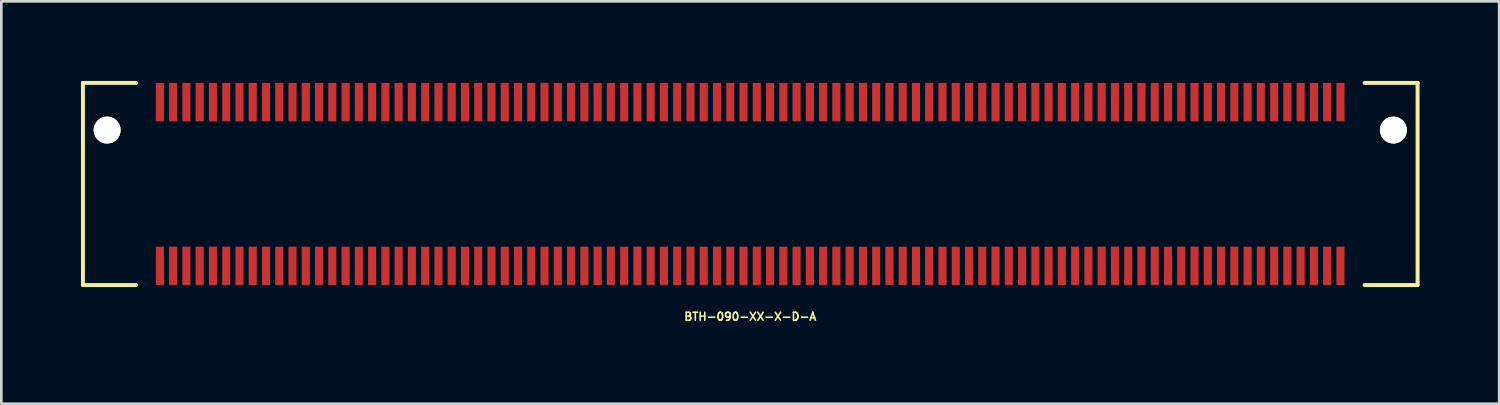
<source format=kicad_pcb>
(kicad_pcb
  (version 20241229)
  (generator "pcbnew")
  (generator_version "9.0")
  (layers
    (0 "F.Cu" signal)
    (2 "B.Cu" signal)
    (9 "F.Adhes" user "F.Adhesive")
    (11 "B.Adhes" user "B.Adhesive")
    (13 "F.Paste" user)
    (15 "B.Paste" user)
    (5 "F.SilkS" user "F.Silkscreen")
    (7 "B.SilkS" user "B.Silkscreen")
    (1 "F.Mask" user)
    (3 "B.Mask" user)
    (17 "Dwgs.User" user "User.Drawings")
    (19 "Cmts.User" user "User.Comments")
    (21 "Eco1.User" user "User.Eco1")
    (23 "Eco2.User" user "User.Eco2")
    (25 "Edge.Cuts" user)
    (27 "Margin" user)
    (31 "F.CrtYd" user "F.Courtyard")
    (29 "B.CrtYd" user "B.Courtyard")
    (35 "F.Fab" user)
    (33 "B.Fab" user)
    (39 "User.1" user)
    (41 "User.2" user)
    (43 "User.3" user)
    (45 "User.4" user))
  (footprint "BTH-090-XX-X-D-A"
    (layer "F.Cu")
    (at 25.23 3.885)
    (property "Reference" "BTH-090-XX-X-D-A" (at 0 5 0) (layer "F.SilkS") (effects (font (size 0.3 0.3) (thickness 0.061))))
    (attr smd)
    (fp_line (start -25.154 -3.81) (end -25.154 3.81) (stroke (width 0.15) (type solid)) (layer "F.SilkS"))
    (fp_line (start -25.154 3.81) (end -23.154 3.81) (stroke (width 0.15) (type solid)) (layer "F.SilkS"))
    (fp_line (start -23.154 -3.81) (end -25.154 -3.81) (stroke (width 0.15) (type solid)) (layer "F.SilkS"))
    (fp_line (start 23.154 -3.81) (end 25.154 -3.81) (stroke (width 0.15) (type solid)) (layer "F.SilkS"))
    (fp_line (start 25.154 -3.81) (end 25.154 3.81) (stroke (width 0.15) (type solid)) (layer "F.SilkS"))
    (fp_line (start 25.154 3.81) (end 23.154 3.81) (stroke (width 0.15) (type solid)) (layer "F.SilkS"))
    (pad "" np_thru_hole circle (at -24.242 -2.032) (size 1.016 1.016) (drill 1.016) (layers "*.Cu" "*.Mask" "F.SilkS"))
    (pad "" np_thru_hole circle (at 24.242 -2.032) (size 1.016 1.016) (drill 1.016) (layers "*.Cu" "*.Mask" "F.SilkS"))
    (pad "1" smd rect (at -22.254 -3.086) (size 0.305 1.448) (layers "F.Cu" "F.Mask" "F.Paste"))
    (pad "2" smd rect (at -22.254 3.086) (size 0.305 1.448) (layers "F.Cu" "F.Mask" "F.Paste"))
    (pad "3" smd rect (at -21.754 -3.086) (size 0.305 1.448) (layers "F.Cu" "F.Mask" "F.Paste"))
    (pad "4" smd rect (at -21.754 3.086) (size 0.305 1.448) (layers "F.Cu" "F.Mask" "F.Paste"))
    (pad "5" smd rect (at -21.254 -3.086) (size 0.305 1.448) (layers "F.Cu" "F.Mask" "F.Paste"))
    (pad "6" smd rect (at -21.254 3.086) (size 0.305 1.448) (layers "F.Cu" "F.Mask" "F.Paste"))
    (pad "7" smd rect (at -20.754 -3.086) (size 0.305 1.448) (layers "F.Cu" "F.Mask" "F.Paste"))
    (pad "8" smd rect (at -20.754 3.086) (size 0.305 1.448) (layers "F.Cu" "F.Mask" "F.Paste"))
    (pad "9" smd rect (at -20.254 -3.086) (size 0.305 1.448) (layers "F.Cu" "F.Mask" "F.Paste"))
    (pad "10" smd rect (at -20.254 3.086) (size 0.305 1.448) (layers "F.Cu" "F.Mask" "F.Paste"))
    (pad "11" smd rect (at -19.754 -3.086) (size 0.305 1.448) (layers "F.Cu" "F.Mask" "F.Paste"))
    (pad "12" smd rect (at -19.754 3.086) (size 0.305 1.448) (layers "F.Cu" "F.Mask" "F.Paste"))
    (pad "13" smd rect (at -19.254 -3.086) (size 0.305 1.448) (layers "F.Cu" "F.Mask" "F.Paste"))
    (pad "14" smd rect (at -19.254 3.086) (size 0.305 1.448) (layers "F.Cu" "F.Mask" "F.Paste"))
    (pad "15" smd rect (at -18.754 -3.086) (size 0.305 1.448) (layers "F.Cu" "F.Mask" "F.Paste"))
    (pad "16" smd rect (at -18.754 3.086) (size 0.305 1.448) (layers "F.Cu" "F.Mask" "F.Paste"))
    (pad "17" smd rect (at -18.254 -3.086) (size 0.305 1.448) (layers "F.Cu" "F.Mask" "F.Paste"))
    (pad "18" smd rect (at -18.254 3.086) (size 0.305 1.448) (layers "F.Cu" "F.Mask" "F.Paste"))
    (pad "19" smd rect (at -17.754 -3.086) (size 0.305 1.448) (layers "F.Cu" "F.Mask" "F.Paste"))
    (pad "20" smd rect (at -17.754 3.086) (size 0.305 1.448) (layers "F.Cu" "F.Mask" "F.Paste"))
    (pad "21" smd rect (at -17.254 -3.086) (size 0.305 1.448) (layers "F.Cu" "F.Mask" "F.Paste"))
    (pad "22" smd rect (at -17.254 3.086) (size 0.305 1.448) (layers "F.Cu" "F.Mask" "F.Paste"))
    (pad "23" smd rect (at -16.754 -3.086) (size 0.305 1.448) (layers "F.Cu" "F.Mask" "F.Paste"))
    (pad "24" smd rect (at -16.754 3.086) (size 0.305 1.448) (layers "F.Cu" "F.Mask" "F.Paste"))
    (pad "25" smd rect (at -16.254 -3.086) (size 0.305 1.448) (layers "F.Cu" "F.Mask" "F.Paste"))
    (pad "26" smd rect (at -16.254 3.086) (size 0.305 1.448) (layers "F.Cu" "F.Mask" "F.Paste"))
    (pad "27" smd rect (at -15.754 -3.086) (size 0.305 1.448) (layers "F.Cu" "F.Mask" "F.Paste"))
    (pad "28" smd rect (at -15.754 3.086) (size 0.305 1.448) (layers "F.Cu" "F.Mask" "F.Paste"))
    (pad "29" smd rect (at -15.254 -3.086) (size 0.305 1.448) (layers "F.Cu" "F.Mask" "F.Paste"))
    (pad "30" smd rect (at -15.254 3.086) (size 0.305 1.448) (layers "F.Cu" "F.Mask" "F.Paste"))
    (pad "31" smd rect (at -14.754 -3.086) (size 0.305 1.448) (layers "F.Cu" "F.Mask" "F.Paste"))
    (pad "32" smd rect (at -14.754 3.086) (size 0.305 1.448) (layers "F.Cu" "F.Mask" "F.Paste"))
    (pad "33" smd rect (at -14.254 -3.086) (size 0.305 1.448) (layers "F.Cu" "F.Mask" "F.Paste"))
    (pad "34" smd rect (at -14.254 3.086) (size 0.305 1.448) (layers "F.Cu" "F.Mask" "F.Paste"))
    (pad "35" smd rect (at -13.754 -3.086) (size 0.305 1.448) (layers "F.Cu" "F.Mask" "F.Paste"))
    (pad "36" smd rect (at -13.754 3.086) (size 0.305 1.448) (layers "F.Cu" "F.Mask" "F.Paste"))
    (pad "37" smd rect (at -13.254 -3.086) (size 0.305 1.448) (layers "F.Cu" "F.Mask" "F.Paste"))
    (pad "38" smd rect (at -13.254 3.086) (size 0.305 1.448) (layers "F.Cu" "F.Mask" "F.Paste"))
    (pad "39" smd rect (at -12.754 -3.086) (size 0.305 1.448) (layers "F.Cu" "F.Mask" "F.Paste"))
    (pad "40" smd rect (at -12.754 3.086) (size 0.305 1.448) (layers "F.Cu" "F.Mask" "F.Paste"))
    (pad "41" smd rect (at -12.254 -3.086) (size 0.305 1.448) (layers "F.Cu" "F.Mask" "F.Paste"))
    (pad "42" smd rect (at -12.254 3.086) (size 0.305 1.448) (layers "F.Cu" "F.Mask" "F.Paste"))
    (pad "43" smd rect (at -11.754 -3.086) (size 0.305 1.448) (layers "F.Cu" "F.Mask" "F.Paste"))
    (pad "44" smd rect (at -11.754 3.086) (size 0.305 1.448) (layers "F.Cu" "F.Mask" "F.Paste"))
    (pad "45" smd rect (at -11.254 -3.086) (size 0.305 1.448) (layers "F.Cu" "F.Mask" "F.Paste"))
    (pad "46" smd rect (at -11.254 3.086) (size 0.305 1.448) (layers "F.Cu" "F.Mask" "F.Paste"))
    (pad "47" smd rect (at -10.754 -3.086) (size 0.305 1.448) (layers "F.Cu" "F.Mask" "F.Paste"))
    (pad "48" smd rect (at -10.754 3.086) (size 0.305 1.448) (layers "F.Cu" "F.Mask" "F.Paste"))
    (pad "49" smd rect (at -10.254 -3.086) (size 0.305 1.448) (layers "F.Cu" "F.Mask" "F.Paste"))
    (pad "50" smd rect (at -10.254 3.086) (size 0.305 1.448) (layers "F.Cu" "F.Mask" "F.Paste"))
    (pad "51" smd rect (at -9.754 -3.086) (size 0.305 1.448) (layers "F.Cu" "F.Mask" "F.Paste"))
    (pad "52" smd rect (at -9.754 3.086) (size 0.305 1.448) (layers "F.Cu" "F.Mask" "F.Paste"))
    (pad "53" smd rect (at -9.254 -3.086) (size 0.305 1.448) (layers "F.Cu" "F.Mask" "F.Paste"))
    (pad "54" smd rect (at -9.254 3.086) (size 0.305 1.448) (layers "F.Cu" "F.Mask" "F.Paste"))
    (pad "55" smd rect (at -8.754 -3.086) (size 0.305 1.448) (layers "F.Cu" "F.Mask" "F.Paste"))
    (pad "56" smd rect (at -8.754 3.086) (size 0.305 1.448) (layers "F.Cu" "F.Mask" "F.Paste"))
    (pad "57" smd rect (at -8.254 -3.086) (size 0.305 1.448) (layers "F.Cu" "F.Mask" "F.Paste"))
    (pad "58" smd rect (at -8.254 3.086) (size 0.305 1.448) (layers "F.Cu" "F.Mask" "F.Paste"))
    (pad "59" smd rect (at -7.754 -3.086) (size 0.305 1.448) (layers "F.Cu" "F.Mask" "F.Paste"))
    (pad "60" smd rect (at -7.754 3.086) (size 0.305 1.448) (layers "F.Cu" "F.Mask" "F.Paste"))
    (pad "61" smd rect (at -7.254 -3.086) (size 0.305 1.448) (layers "F.Cu" "F.Mask" "F.Paste"))
    (pad "62" smd rect (at -7.254 3.086) (size 0.305 1.448) (layers "F.Cu" "F.Mask" "F.Paste"))
    (pad "63" smd rect (at -6.754 -3.086) (size 0.305 1.448) (layers "F.Cu" "F.Mask" "F.Paste"))
    (pad "64" smd rect (at -6.754 3.086) (size 0.305 1.448) (layers "F.Cu" "F.Mask" "F.Paste"))
    (pad "65" smd rect (at -6.254 -3.086) (size 0.305 1.448) (layers "F.Cu" "F.Mask" "F.Paste"))
    (pad "66" smd rect (at -6.254 3.086) (size 0.305 1.448) (layers "F.Cu" "F.Mask" "F.Paste"))
    (pad "67" smd rect (at -5.754 -3.086) (size 0.305 1.448) (layers "F.Cu" "F.Mask" "F.Paste"))
    (pad "68" smd rect (at -5.754 3.086) (size 0.305 1.448) (layers "F.Cu" "F.Mask" "F.Paste"))
    (pad "69" smd rect (at -5.254 -3.086) (size 0.305 1.448) (layers "F.Cu" "F.Mask" "F.Paste"))
    (pad "70" smd rect (at -5.254 3.086) (size 0.305 1.448) (layers "F.Cu" "F.Mask" "F.Paste"))
    (pad "71" smd rect (at -4.754 -3.086) (size 0.305 1.448) (layers "F.Cu" "F.Mask" "F.Paste"))
    (pad "72" smd rect (at -4.754 3.086) (size 0.305 1.448) (layers "F.Cu" "F.Mask" "F.Paste"))
    (pad "73" smd rect (at -4.254 -3.086) (size 0.305 1.448) (layers "F.Cu" "F.Mask" "F.Paste"))
    (pad "74" smd rect (at -4.254 3.086) (size 0.305 1.448) (layers "F.Cu" "F.Mask" "F.Paste"))
    (pad "75" smd rect (at -3.754 -3.086) (size 0.305 1.448) (layers "F.Cu" "F.Mask" "F.Paste"))
    (pad "76" smd rect (at -3.754 3.086) (size 0.305 1.448) (layers "F.Cu" "F.Mask" "F.Paste"))
    (pad "77" smd rect (at -3.254 -3.086) (size 0.305 1.448) (layers "F.Cu" "F.Mask" "F.Paste"))
    (pad "78" smd rect (at -3.254 3.086) (size 0.305 1.448) (layers "F.Cu" "F.Mask" "F.Paste"))
    (pad "79" smd rect (at -2.754 -3.086) (size 0.305 1.448) (layers "F.Cu" "F.Mask" "F.Paste"))
    (pad "80" smd rect (at -2.754 3.086) (size 0.305 1.448) (layers "F.Cu" "F.Mask" "F.Paste"))
    (pad "81" smd rect (at -2.254 -3.086) (size 0.305 1.448) (layers "F.Cu" "F.Mask" "F.Paste"))
    (pad "82" smd rect (at -2.254 3.086) (size 0.305 1.448) (layers "F.Cu" "F.Mask" "F.Paste"))
    (pad "83" smd rect (at -1.754 -3.086) (size 0.305 1.448) (layers "F.Cu" "F.Mask" "F.Paste"))
    (pad "84" smd rect (at -1.754 3.086) (size 0.305 1.448) (layers "F.Cu" "F.Mask" "F.Paste"))
    (pad "85" smd rect (at -1.254 -3.086) (size 0.305 1.448) (layers "F.Cu" "F.Mask" "F.Paste"))
    (pad "86" smd rect (at -1.254 3.086) (size 0.305 1.448) (layers "F.Cu" "F.Mask" "F.Paste"))
    (pad "87" smd rect (at -0.754 -3.086) (size 0.305 1.448) (layers "F.Cu" "F.Mask" "F.Paste"))
    (pad "88" smd rect (at -0.754 3.086) (size 0.305 1.448) (layers "F.Cu" "F.Mask" "F.Paste"))
    (pad "89" smd rect (at -0.254 -3.086) (size 0.305 1.448) (layers "F.Cu" "F.Mask" "F.Paste"))
    (pad "90" smd rect (at -0.254 3.086) (size 0.305 1.448) (layers "F.Cu" "F.Mask" "F.Paste"))
    (pad "91" smd rect (at 0.246 -3.086) (size 0.305 1.448) (layers "F.Cu" "F.Mask" "F.Paste"))
    (pad "92" smd rect (at 0.246 3.086) (size 0.305 1.448) (layers "F.Cu" "F.Mask" "F.Paste"))
    (pad "93" smd rect (at 0.746 -3.086) (size 0.305 1.448) (layers "F.Cu" "F.Mask" "F.Paste"))
    (pad "94" smd rect (at 0.746 3.086) (size 0.305 1.448) (layers "F.Cu" "F.Mask" "F.Paste"))
    (pad "95" smd rect (at 1.246 -3.086) (size 0.305 1.448) (layers "F.Cu" "F.Mask" "F.Paste"))
    (pad "96" smd rect (at 1.246 3.086) (size 0.305 1.448) (layers "F.Cu" "F.Mask" "F.Paste"))
    (pad "97" smd rect (at 1.746 -3.086) (size 0.305 1.448) (layers "F.Cu" "F.Mask" "F.Paste"))
    (pad "98" smd rect (at 1.746 3.086) (size 0.305 1.448) (layers "F.Cu" "F.Mask" "F.Paste"))
    (pad "99" smd rect (at 2.246 -3.086) (size 0.305 1.448) (layers "F.Cu" "F.Mask" "F.Paste"))
    (pad "100" smd rect (at 2.246 3.086) (size 0.305 1.448) (layers "F.Cu" "F.Mask" "F.Paste"))
    (pad "101" smd rect (at 2.746 -3.086) (size 0.305 1.448) (layers "F.Cu" "F.Mask" "F.Paste"))
    (pad "102" smd rect (at 2.746 3.086) (size 0.305 1.448) (layers "F.Cu" "F.Mask" "F.Paste"))
    (pad "103" smd rect (at 3.246 -3.086) (size 0.305 1.448) (layers "F.Cu" "F.Mask" "F.Paste"))
    (pad "104" smd rect (at 3.246 3.086) (size 0.305 1.448) (layers "F.Cu" "F.Mask" "F.Paste"))
    (pad "105" smd rect (at 3.746 -3.086) (size 0.305 1.448) (layers "F.Cu" "F.Mask" "F.Paste"))
    (pad "106" smd rect (at 3.746 3.086) (size 0.305 1.448) (layers "F.Cu" "F.Mask" "F.Paste"))
    (pad "107" smd rect (at 4.246 -3.086) (size 0.305 1.448) (layers "F.Cu" "F.Mask" "F.Paste"))
    (pad "108" smd rect (at 4.246 3.086) (size 0.305 1.448) (layers "F.Cu" "F.Mask" "F.Paste"))
    (pad "109" smd rect (at 4.746 -3.086) (size 0.305 1.448) (layers "F.Cu" "F.Mask" "F.Paste"))
    (pad "110" smd rect (at 4.746 3.086) (size 0.305 1.448) (layers "F.Cu" "F.Mask" "F.Paste"))
    (pad "111" smd rect (at 5.246 -3.086) (size 0.305 1.448) (layers "F.Cu" "F.Mask" "F.Paste"))
    (pad "112" smd rect (at 5.246 3.086) (size 0.305 1.448) (layers "F.Cu" "F.Mask" "F.Paste"))
    (pad "113" smd rect (at 5.746 -3.086) (size 0.305 1.448) (layers "F.Cu" "F.Mask" "F.Paste"))
    (pad "114" smd rect (at 5.746 3.086) (size 0.305 1.448) (layers "F.Cu" "F.Mask" "F.Paste"))
    (pad "115" smd rect (at 6.246 -3.086) (size 0.305 1.448) (layers "F.Cu" "F.Mask" "F.Paste"))
    (pad "116" smd rect (at 6.246 3.086) (size 0.305 1.448) (layers "F.Cu" "F.Mask" "F.Paste"))
    (pad "117" smd rect (at 6.746 -3.086) (size 0.305 1.448) (layers "F.Cu" "F.Mask" "F.Paste"))
    (pad "118" smd rect (at 6.746 3.086) (size 0.305 1.448) (layers "F.Cu" "F.Mask" "F.Paste"))
    (pad "119" smd rect (at 7.246 -3.086) (size 0.305 1.448) (layers "F.Cu" "F.Mask" "F.Paste"))
    (pad "120" smd rect (at 7.246 3.086) (size 0.305 1.448) (layers "F.Cu" "F.Mask" "F.Paste"))
    (pad "121" smd rect (at 7.746 -3.086) (size 0.305 1.448) (layers "F.Cu" "F.Mask" "F.Paste"))
    (pad "122" smd rect (at 7.746 3.086) (size 0.305 1.448) (layers "F.Cu" "F.Mask" "F.Paste"))
    (pad "123" smd rect (at 8.246 -3.086) (size 0.305 1.448) (layers "F.Cu" "F.Mask" "F.Paste"))
    (pad "124" smd rect (at 8.246 3.086) (size 0.305 1.448) (layers "F.Cu" "F.Mask" "F.Paste"))
    (pad "125" smd rect (at 8.746 -3.086) (size 0.305 1.448) (layers "F.Cu" "F.Mask" "F.Paste"))
    (pad "126" smd rect (at 8.746 3.086) (size 0.305 1.448) (layers "F.Cu" "F.Mask" "F.Paste"))
    (pad "127" smd rect (at 9.246 -3.086) (size 0.305 1.448) (layers "F.Cu" "F.Mask" "F.Paste"))
    (pad "128" smd rect (at 9.246 3.086) (size 0.305 1.448) (layers "F.Cu" "F.Mask" "F.Paste"))
    (pad "129" smd rect (at 9.746 -3.086) (size 0.305 1.448) (layers "F.Cu" "F.Mask" "F.Paste"))
    (pad "130" smd rect (at 9.746 3.086) (size 0.305 1.448) (layers "F.Cu" "F.Mask" "F.Paste"))
    (pad "131" smd rect (at 10.246 -3.086) (size 0.305 1.448) (layers "F.Cu" "F.Mask" "F.Paste"))
    (pad "132" smd rect (at 10.246 3.086) (size 0.305 1.448) (layers "F.Cu" "F.Mask" "F.Paste"))
    (pad "133" smd rect (at 10.746 -3.086) (size 0.305 1.448) (layers "F.Cu" "F.Mask" "F.Paste"))
    (pad "134" smd rect (at 10.746 3.086) (size 0.305 1.448) (layers "F.Cu" "F.Mask" "F.Paste"))
    (pad "135" smd rect (at 11.246 -3.086) (size 0.305 1.448) (layers "F.Cu" "F.Mask" "F.Paste"))
    (pad "136" smd rect (at 11.246 3.086) (size 0.305 1.448) (layers "F.Cu" "F.Mask" "F.Paste"))
    (pad "137" smd rect (at 11.746 -3.086) (size 0.305 1.448) (layers "F.Cu" "F.Mask" "F.Paste"))
    (pad "138" smd rect (at 11.746 3.086) (size 0.305 1.448) (layers "F.Cu" "F.Mask" "F.Paste"))
    (pad "139" smd rect (at 12.246 -3.086) (size 0.305 1.448) (layers "F.Cu" "F.Mask" "F.Paste"))
    (pad "140" smd rect (at 12.246 3.086) (size 0.305 1.448) (layers "F.Cu" "F.Mask" "F.Paste"))
    (pad "141" smd rect (at 12.746 -3.086) (size 0.305 1.448) (layers "F.Cu" "F.Mask" "F.Paste"))
    (pad "142" smd rect (at 12.746 3.086) (size 0.305 1.448) (layers "F.Cu" "F.Mask" "F.Paste"))
    (pad "143" smd rect (at 13.246 -3.086) (size 0.305 1.448) (layers "F.Cu" "F.Mask" "F.Paste"))
    (pad "144" smd rect (at 13.246 3.086) (size 0.305 1.448) (layers "F.Cu" "F.Mask" "F.Paste"))
    (pad "145" smd rect (at 13.746 -3.086) (size 0.305 1.448) (layers "F.Cu" "F.Mask" "F.Paste"))
    (pad "146" smd rect (at 13.746 3.086) (size 0.305 1.448) (layers "F.Cu" "F.Mask" "F.Paste"))
    (pad "147" smd rect (at 14.246 -3.086) (size 0.305 1.448) (layers "F.Cu" "F.Mask" "F.Paste"))
    (pad "148" smd rect (at 14.246 3.086) (size 0.305 1.448) (layers "F.Cu" "F.Mask" "F.Paste"))
    (pad "149" smd rect (at 14.746 -3.086) (size 0.305 1.448) (layers "F.Cu" "F.Mask" "F.Paste"))
    (pad "150" smd rect (at 14.746 3.086) (size 0.305 1.448) (layers "F.Cu" "F.Mask" "F.Paste"))
    (pad "151" smd rect (at 15.246 -3.086) (size 0.305 1.448) (layers "F.Cu" "F.Mask" "F.Paste"))
    (pad "152" smd rect (at 15.246 3.086) (size 0.305 1.448) (layers "F.Cu" "F.Mask" "F.Paste"))
    (pad "153" smd rect (at 15.746 -3.086) (size 0.305 1.448) (layers "F.Cu" "F.Mask" "F.Paste"))
    (pad "154" smd rect (at 15.746 3.086) (size 0.305 1.448) (layers "F.Cu" "F.Mask" "F.Paste"))
    (pad "155" smd rect (at 16.246 -3.086) (size 0.305 1.448) (layers "F.Cu" "F.Mask" "F.Paste"))
    (pad "156" smd rect (at 16.246 3.086) (size 0.305 1.448) (layers "F.Cu" "F.Mask" "F.Paste"))
    (pad "157" smd rect (at 16.746 -3.086) (size 0.305 1.448) (layers "F.Cu" "F.Mask" "F.Paste"))
    (pad "158" smd rect (at 16.746 3.086) (size 0.305 1.448) (layers "F.Cu" "F.Mask" "F.Paste"))
    (pad "159" smd rect (at 17.246 -3.086) (size 0.305 1.448) (layers "F.Cu" "F.Mask" "F.Paste"))
    (pad "160" smd rect (at 17.246 3.086) (size 0.305 1.448) (layers "F.Cu" "F.Mask" "F.Paste"))
    (pad "161" smd rect (at 17.746 -3.086) (size 0.305 1.448) (layers "F.Cu" "F.Mask" "F.Paste"))
    (pad "162" smd rect (at 17.746 3.086) (size 0.305 1.448) (layers "F.Cu" "F.Mask" "F.Paste"))
    (pad "163" smd rect (at 18.246 -3.086) (size 0.305 1.448) (layers "F.Cu" "F.Mask" "F.Paste"))
    (pad "164" smd rect (at 18.246 3.086) (size 0.305 1.448) (layers "F.Cu" "F.Mask" "F.Paste"))
    (pad "165" smd rect (at 18.746 -3.086) (size 0.305 1.448) (layers "F.Cu" "F.Mask" "F.Paste"))
    (pad "166" smd rect (at 18.746 3.086) (size 0.305 1.448) (layers "F.Cu" "F.Mask" "F.Paste"))
    (pad "167" smd rect (at 19.246 -3.086) (size 0.305 1.448) (layers "F.Cu" "F.Mask" "F.Paste"))
    (pad "168" smd rect (at 19.246 3.086) (size 0.305 1.448) (layers "F.Cu" "F.Mask" "F.Paste"))
    (pad "169" smd rect (at 19.746 -3.086) (size 0.305 1.448) (layers "F.Cu" "F.Mask" "F.Paste"))
    (pad "170" smd rect (at 19.746 3.086) (size 0.305 1.448) (layers "F.Cu" "F.Mask" "F.Paste"))
    (pad "171" smd rect (at 20.246 -3.086) (size 0.305 1.448) (layers "F.Cu" "F.Mask" "F.Paste"))
    (pad "172" smd rect (at 20.246 3.086) (size 0.305 1.448) (layers "F.Cu" "F.Mask" "F.Paste"))
    (pad "173" smd rect (at 20.746 -3.086) (size 0.305 1.448) (layers "F.Cu" "F.Mask" "F.Paste"))
    (pad "174" smd rect (at 20.746 3.086) (size 0.305 1.448) (layers "F.Cu" "F.Mask" "F.Paste"))
    (pad "175" smd rect (at 21.246 -3.086) (size 0.305 1.448) (layers "F.Cu" "F.Mask" "F.Paste"))
    (pad "176" smd rect (at 21.246 3.086) (size 0.305 1.448) (layers "F.Cu" "F.Mask" "F.Paste"))
    (pad "177" smd rect (at 21.746 -3.086) (size 0.305 1.448) (layers "F.Cu" "F.Mask" "F.Paste"))
    (pad "178" smd rect (at 21.746 3.086) (size 0.305 1.448) (layers "F.Cu" "F.Mask" "F.Paste"))
    (pad "179" smd rect (at 22.246 -3.086) (size 0.305 1.448) (layers "F.Cu" "F.Mask" "F.Paste"))
    (pad "180" smd rect (at 22.246 3.086) (size 0.305 1.448) (layers "F.Cu" "F.Mask" "F.Paste")))
  (gr_rect
    (start -3 -3)
    (end 53.459 12.167)
    (stroke (width 0.1) (type default))
    (fill no)
    (layer "Edge.Cuts")))
</source>
